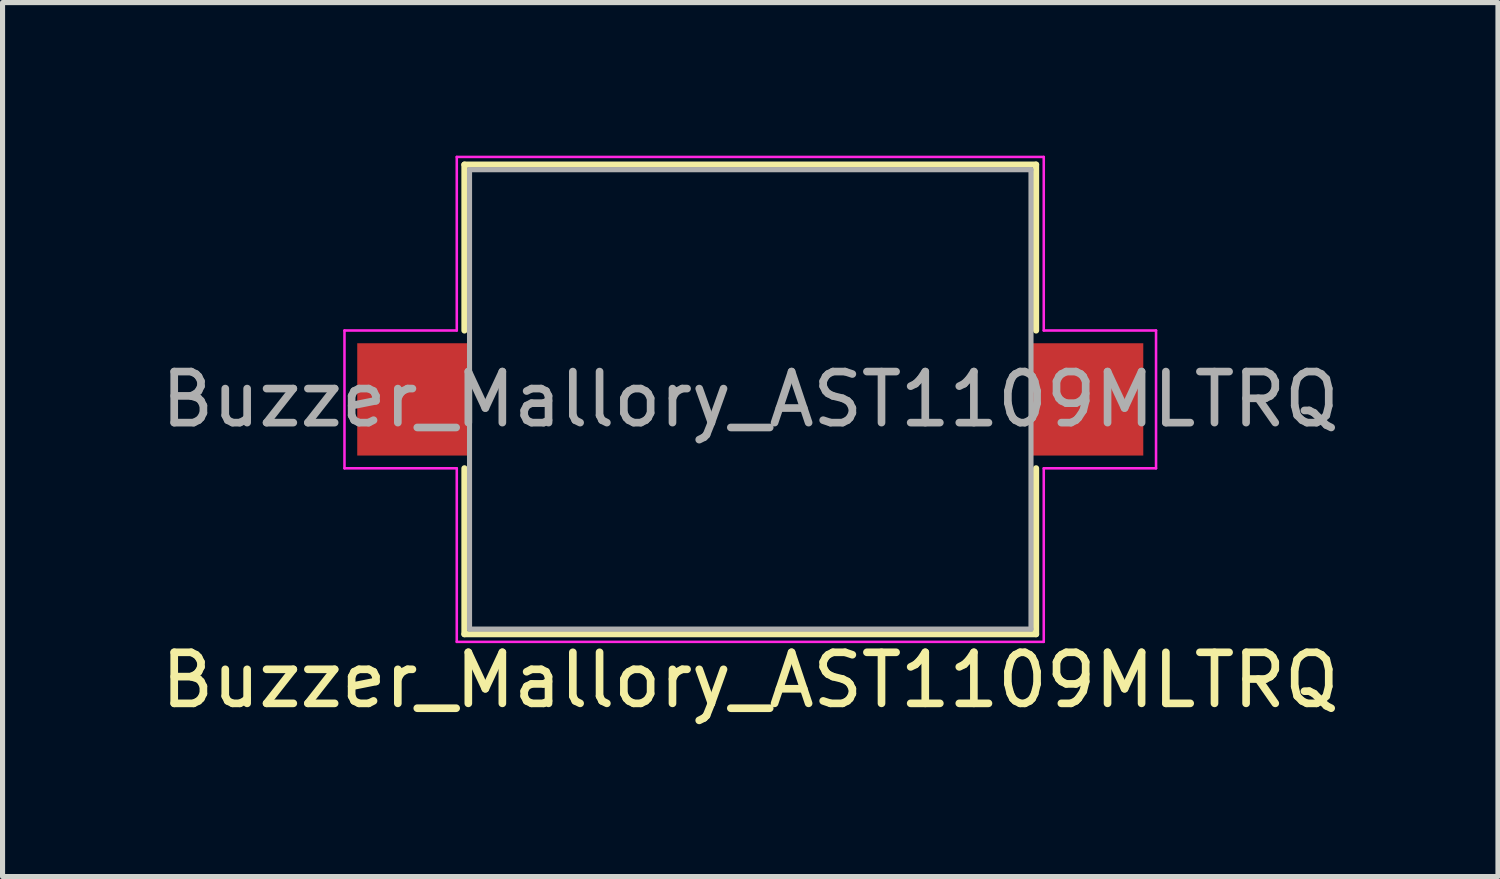
<source format=kicad_pcb>
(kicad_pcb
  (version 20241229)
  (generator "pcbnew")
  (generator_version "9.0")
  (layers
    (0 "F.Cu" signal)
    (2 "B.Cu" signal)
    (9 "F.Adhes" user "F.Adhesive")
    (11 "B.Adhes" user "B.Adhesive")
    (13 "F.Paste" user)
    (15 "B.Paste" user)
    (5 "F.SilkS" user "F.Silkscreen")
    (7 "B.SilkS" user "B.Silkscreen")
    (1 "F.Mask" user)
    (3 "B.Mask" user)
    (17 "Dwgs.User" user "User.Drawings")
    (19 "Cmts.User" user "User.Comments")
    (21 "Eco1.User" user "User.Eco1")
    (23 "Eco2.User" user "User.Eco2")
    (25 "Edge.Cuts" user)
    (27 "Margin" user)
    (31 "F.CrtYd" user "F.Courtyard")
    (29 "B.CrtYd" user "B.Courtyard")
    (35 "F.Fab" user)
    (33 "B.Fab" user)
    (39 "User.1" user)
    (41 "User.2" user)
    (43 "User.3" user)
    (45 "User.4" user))
  (footprint "Buzzer_Mallory_AST1109MLTRQ"
    (layer "F.Cu")
    (at 11.649 4.775)
    (property "Reference" "Buzzer_Mallory_AST1109MLTRQ" (at 0 5.5 180) (layer "F.SilkS") (effects (font (size 1 1) (thickness 0.15))))
    (attr smd)
    (fp_line (start -5.6 -4.6) (end 5.6 -4.6) (stroke (width 0.12) (type solid)) (layer "F.SilkS"))
    (fp_line (start -5.6 -1.35) (end -5.6 -4.6) (stroke (width 0.12) (type solid)) (layer "F.SilkS"))
    (fp_line (start -5.6 4.6) (end -5.6 1.35) (stroke (width 0.12) (type solid)) (layer "F.SilkS"))
    (fp_line (start 5.6 -4.6) (end 5.6 -1.35) (stroke (width 0.12) (type solid)) (layer "F.SilkS"))
    (fp_line (start 5.6 1.35) (end 5.6 4.6) (stroke (width 0.12) (type solid)) (layer "F.SilkS"))
    (fp_line (start 5.6 4.6) (end -5.6 4.6) (stroke (width 0.12) (type solid)) (layer "F.SilkS"))
    (fp_line (start -7.95 -1.35) (end -5.75 -1.35) (stroke (width 0.05) (type solid)) (layer "F.CrtYd"))
    (fp_line (start -7.95 1.35) (end -7.95 -1.35) (stroke (width 0.05) (type solid)) (layer "F.CrtYd"))
    (fp_line (start -5.75 -4.75) (end 5.75 -4.75) (stroke (width 0.05) (type solid)) (layer "F.CrtYd"))
    (fp_line (start -5.75 -1.35) (end -5.75 -4.75) (stroke (width 0.05) (type solid)) (layer "F.CrtYd"))
    (fp_line (start -5.75 1.35) (end -7.95 1.35) (stroke (width 0.05) (type solid)) (layer "F.CrtYd"))
    (fp_line (start -5.75 4.75) (end -5.75 1.35) (stroke (width 0.05) (type solid)) (layer "F.CrtYd"))
    (fp_line (start 5.75 -4.75) (end 5.75 -1.35) (stroke (width 0.05) (type solid)) (layer "F.CrtYd"))
    (fp_line (start 5.75 -1.35) (end 7.95 -1.35) (stroke (width 0.05) (type solid)) (layer "F.CrtYd"))
    (fp_line (start 5.75 1.35) (end 5.75 4.75) (stroke (width 0.05) (type solid)) (layer "F.CrtYd"))
    (fp_line (start 5.75 4.75) (end -5.75 4.75) (stroke (width 0.05) (type solid)) (layer "F.CrtYd"))
    (fp_line (start 7.95 -1.35) (end 7.95 1.35) (stroke (width 0.05) (type solid)) (layer "F.CrtYd"))
    (fp_line (start 7.95 1.35) (end 5.75 1.35) (stroke (width 0.05) (type solid)) (layer "F.CrtYd"))
    (fp_line (start -5.5 -4.5) (end 5.5 -4.5) (stroke (width 0.1) (type solid)) (layer "F.Fab"))
    (fp_line (start -5.5 4.5) (end -5.5 -4.5) (stroke (width 0.1) (type solid)) (layer "F.Fab"))
    (fp_line (start 5.5 -4.5) (end 5.5 4.5) (stroke (width 0.1) (type solid)) (layer "F.Fab"))
    (fp_line (start 5.5 4.5) (end -5.5 4.5) (stroke (width 0.1) (type solid)) (layer "F.Fab"))
    (fp_text user "${REFERENCE}" (at 0 0 180) (layer "F.Fab") (effects (font (size 1 1) (thickness 0.15))))
    (pad "1" smd rect (at -6.6 0) (size 2.2 2.2) (layers "F.Cu" "F.Mask" "F.Paste"))
    (pad "2" smd rect (at 6.6 0) (size 2.2 2.2) (layers "F.Cu" "F.Mask" "F.Paste")))
  (gr_rect
    (start -3 -3)
    (end 26.298 14.123)
    (stroke (width 0.1) (type default))
    (fill no)
    (layer "Edge.Cuts")))
</source>
